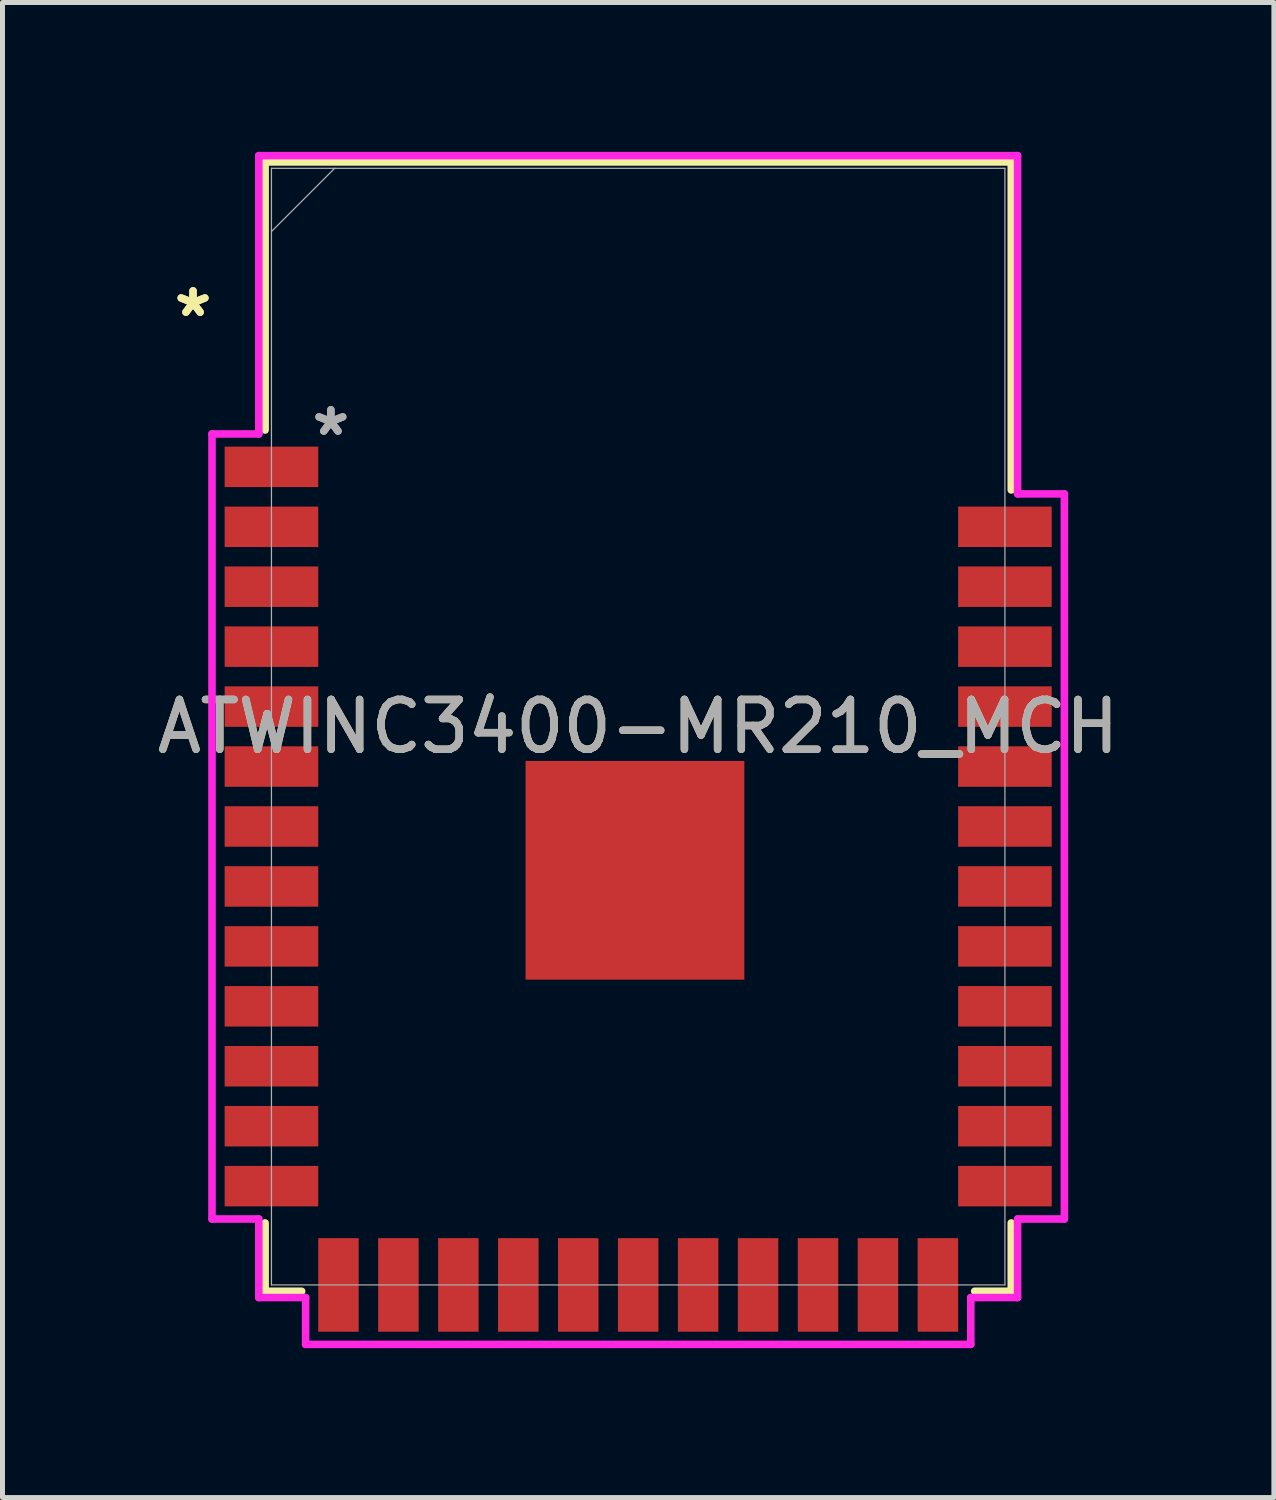
<source format=kicad_pcb>
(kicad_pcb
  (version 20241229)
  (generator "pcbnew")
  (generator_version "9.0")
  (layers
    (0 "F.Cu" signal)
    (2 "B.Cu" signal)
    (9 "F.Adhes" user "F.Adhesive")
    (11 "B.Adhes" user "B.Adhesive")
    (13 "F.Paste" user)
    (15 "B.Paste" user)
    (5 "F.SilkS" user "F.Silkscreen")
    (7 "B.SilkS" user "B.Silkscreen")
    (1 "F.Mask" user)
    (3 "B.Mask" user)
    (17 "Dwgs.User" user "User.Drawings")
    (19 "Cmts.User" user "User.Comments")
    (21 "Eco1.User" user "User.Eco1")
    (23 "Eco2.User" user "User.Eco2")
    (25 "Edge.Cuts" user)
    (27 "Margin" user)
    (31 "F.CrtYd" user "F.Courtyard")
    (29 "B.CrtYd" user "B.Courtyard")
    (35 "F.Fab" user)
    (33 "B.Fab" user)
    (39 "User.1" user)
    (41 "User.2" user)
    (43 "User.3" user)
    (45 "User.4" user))
  (footprint "ATWINC3400-MR210_MCH"
    (layer "F.Cu")
    (at 9.768 11.544)
    (property "Reference" "ATWINC3400-MR210_MCH" (at 0 0 0) (unlocked yes) (layer "F.SilkS") (effects (font (size 1 1) (thickness 0.15))))
    (attr smd)
    (fp_line (start -7.493 -11.341) (end -7.493 -5.957) (stroke (width 0.152) (type solid)) (layer "F.SilkS"))
    (fp_line (start -7.493 9.969) (end -7.493 11.341) (stroke (width 0.152) (type solid)) (layer "F.SilkS"))
    (fp_line (start -7.493 11.341) (end -6.759 11.341) (stroke (width 0.152) (type solid)) (layer "F.SilkS"))
    (fp_line (start 6.759 11.341) (end 7.493 11.341) (stroke (width 0.152) (type solid)) (layer "F.SilkS"))
    (fp_line (start 7.493 -11.341) (end -7.493 -11.341) (stroke (width 0.152) (type solid)) (layer "F.SilkS"))
    (fp_line (start 7.493 -4.753) (end 7.493 -11.341) (stroke (width 0.152) (type solid)) (layer "F.SilkS"))
    (fp_line (start 7.493 11.341) (end 7.493 9.969) (stroke (width 0.152) (type solid)) (layer "F.SilkS"))
    (fp_poly (pts (xy -2.162 0.789) (xy -2.162 2.054) (xy -0.897 2.054) (xy -0.897 0.789)) (stroke (width 0) (type solid)) (fill yes) (layer "F.Paste"))
    (fp_poly (pts (xy -2.162 2.254) (xy -2.162 3.518) (xy -0.897 3.518) (xy -0.897 2.254)) (stroke (width 0) (type solid)) (fill yes) (layer "F.Paste"))
    (fp_poly (pts (xy -2.162 3.718) (xy -2.162 4.983) (xy -0.897 4.983) (xy -0.897 3.718)) (stroke (width 0) (type solid)) (fill yes) (layer "F.Paste"))
    (fp_poly (pts (xy -0.697 0.789) (xy -0.697 2.054) (xy 0.567 2.054) (xy 0.567 0.789)) (stroke (width 0) (type solid)) (fill yes) (layer "F.Paste"))
    (fp_poly (pts (xy -0.697 2.254) (xy -0.697 3.518) (xy 0.567 3.518) (xy 0.567 2.254)) (stroke (width 0) (type solid)) (fill yes) (layer "F.Paste"))
    (fp_poly (pts (xy -0.697 3.718) (xy -0.697 4.983) (xy 0.567 4.983) (xy 0.567 3.718)) (stroke (width 0) (type solid)) (fill yes) (layer "F.Paste"))
    (fp_poly (pts (xy 0.767 0.789) (xy 0.767 2.054) (xy 2.032 2.054) (xy 2.032 0.789)) (stroke (width 0) (type solid)) (fill yes) (layer "F.Paste"))
    (fp_poly (pts (xy 0.767 2.254) (xy 0.767 3.518) (xy 2.032 3.518) (xy 2.032 2.254)) (stroke (width 0) (type solid)) (fill yes) (layer "F.Paste"))
    (fp_poly (pts (xy 0.767 3.718) (xy 0.767 4.983) (xy 2.032 4.983) (xy 2.032 3.718)) (stroke (width 0) (type solid)) (fill yes) (layer "F.Paste"))
    (fp_poly (pts (xy -7.366 -11.214) (xy 7.366 -11.214) (xy 7.366 -4.712) (xy 1.372 -4.712) (xy 1.372 -6.718) (xy -7.366 -6.718)) (stroke (width 0.1) (type solid)) (fill no) (layer "Eco2.User"))
    (fp_line (start -8.56 -5.878) (end -8.56 9.89) (stroke (width 0.152) (type solid)) (layer "F.CrtYd"))
    (fp_line (start -8.56 9.89) (end -7.62 9.89) (stroke (width 0.152) (type solid)) (layer "F.CrtYd"))
    (fp_line (start -7.62 -11.468) (end -7.62 -5.878) (stroke (width 0.152) (type solid)) (layer "F.CrtYd"))
    (fp_line (start -7.62 -5.878) (end -8.56 -5.878) (stroke (width 0.152) (type solid)) (layer "F.CrtYd"))
    (fp_line (start -7.62 9.89) (end -7.62 11.468) (stroke (width 0.152) (type solid)) (layer "F.CrtYd"))
    (fp_line (start -7.62 11.468) (end -6.68 11.468) (stroke (width 0.152) (type solid)) (layer "F.CrtYd"))
    (fp_line (start -6.68 11.468) (end -6.68 12.408) (stroke (width 0.152) (type solid)) (layer "F.CrtYd"))
    (fp_line (start -6.68 12.408) (end 6.68 12.408) (stroke (width 0.152) (type solid)) (layer "F.CrtYd"))
    (fp_line (start 6.68 11.468) (end 7.62 11.468) (stroke (width 0.152) (type solid)) (layer "F.CrtYd"))
    (fp_line (start 6.68 12.408) (end 6.68 11.468) (stroke (width 0.152) (type solid)) (layer "F.CrtYd"))
    (fp_line (start 7.62 -11.468) (end -7.62 -11.468) (stroke (width 0.152) (type solid)) (layer "F.CrtYd"))
    (fp_line (start 7.62 -4.674) (end 7.62 -11.468) (stroke (width 0.152) (type solid)) (layer "F.CrtYd"))
    (fp_line (start 7.62 9.89) (end 8.56 9.89) (stroke (width 0.152) (type solid)) (layer "F.CrtYd"))
    (fp_line (start 7.62 11.468) (end 7.62 9.89) (stroke (width 0.152) (type solid)) (layer "F.CrtYd"))
    (fp_line (start 8.56 -4.674) (end 7.62 -4.674) (stroke (width 0.152) (type solid)) (layer "F.CrtYd"))
    (fp_line (start 8.56 9.89) (end 8.56 -4.674) (stroke (width 0.152) (type solid)) (layer "F.CrtYd"))
    (fp_line (start -7.366 -11.214) (end -7.366 11.214) (stroke (width 0.025) (type solid)) (layer "F.Fab"))
    (fp_line (start -7.366 -9.944) (end -6.096 -11.214) (stroke (width 0.025) (type solid)) (layer "F.Fab"))
    (fp_line (start -7.366 11.214) (end 7.366 11.214) (stroke (width 0.025) (type solid)) (layer "F.Fab"))
    (fp_line (start 7.366 -11.214) (end -7.366 -11.214) (stroke (width 0.025) (type solid)) (layer "F.Fab"))
    (fp_line (start 7.366 11.214) (end 7.366 -11.214) (stroke (width 0.025) (type solid)) (layer "F.Fab"))
    (fp_text user "*" (at -8.941 -8.207 0) (unlocked yes) (layer "F.SilkS") (effects (font (size 1 1) (thickness 0.15))))
    (fp_text user "*" (at -8.941 -8.207 0) (layer "F.SilkS") (effects (font (size 1 1) (thickness 0.15))))
    (fp_text user "*" (at -6.172 -5.819 0) (layer "F.Fab") (effects (font (size 1 1) (thickness 0.15))))
    (fp_text user "*" (at -6.172 -5.819 0) (unlocked yes) (layer "F.Fab") (effects (font (size 1 1) (thickness 0.15))))
    (fp_text user "${REFERENCE}" (at 0 0 0) (unlocked yes) (layer "F.Fab") (effects (font (size 1 1) (thickness 0.15))))
    (pad "1" smd rect (at -7.366 -5.217 90) (size 0.813 1.88) (layers "F.Cu" "F.Mask" "F.Paste"))
    (pad "2" smd rect (at -7.366 -4.013 90) (size 0.813 1.88) (layers "F.Cu" "F.Mask" "F.Paste"))
    (pad "3" smd rect (at -7.366 -2.81 90) (size 0.813 1.88) (layers "F.Cu" "F.Mask" "F.Paste"))
    (pad "4" smd rect (at -7.366 -1.606 90) (size 0.813 1.88) (layers "F.Cu" "F.Mask" "F.Paste"))
    (pad "5" smd rect (at -7.366 -0.402 90) (size 0.813 1.88) (layers "F.Cu" "F.Mask" "F.Paste"))
    (pad "6" smd rect (at -7.366 0.802 90) (size 0.813 1.88) (layers "F.Cu" "F.Mask" "F.Paste"))
    (pad "7" smd rect (at -7.366 2.006 90) (size 0.813 1.88) (layers "F.Cu" "F.Mask" "F.Paste"))
    (pad "8" smd rect (at -7.366 3.21 90) (size 0.813 1.88) (layers "F.Cu" "F.Mask" "F.Paste"))
    (pad "9" smd rect (at -7.366 4.414 90) (size 0.813 1.88) (layers "F.Cu" "F.Mask" "F.Paste"))
    (pad "10" smd rect (at -7.366 5.618 90) (size 0.813 1.88) (layers "F.Cu" "F.Mask" "F.Paste"))
    (pad "11" smd rect (at -7.366 6.822 90) (size 0.813 1.88) (layers "F.Cu" "F.Mask" "F.Paste"))
    (pad "12" smd rect (at -7.366 8.026 90) (size 0.813 1.88) (layers "F.Cu" "F.Mask" "F.Paste"))
    (pad "13" smd rect (at -7.366 9.23 90) (size 0.813 1.88) (layers "F.Cu" "F.Mask" "F.Paste"))
    (pad "14" smd rect (at -6.02 11.214) (size 0.813 1.88) (layers "F.Cu" "F.Mask" "F.Paste"))
    (pad "15" smd rect (at -4.816 11.214) (size 0.813 1.88) (layers "F.Cu" "F.Mask" "F.Paste"))
    (pad "16" smd rect (at -3.612 11.214) (size 0.813 1.88) (layers "F.Cu" "F.Mask" "F.Paste"))
    (pad "17" smd rect (at -2.408 11.214) (size 0.813 1.88) (layers "F.Cu" "F.Mask" "F.Paste"))
    (pad "18" smd rect (at -1.204 11.214) (size 0.813 1.88) (layers "F.Cu" "F.Mask" "F.Paste"))
    (pad "19" smd rect (at 0 11.214) (size 0.813 1.88) (layers "F.Cu" "F.Mask" "F.Paste"))
    (pad "20" smd rect (at 1.204 11.214) (size 0.813 1.88) (layers "F.Cu" "F.Mask" "F.Paste"))
    (pad "21" smd rect (at 2.408 11.214) (size 0.813 1.88) (layers "F.Cu" "F.Mask" "F.Paste"))
    (pad "22" smd rect (at 3.612 11.214) (size 0.813 1.88) (layers "F.Cu" "F.Mask" "F.Paste"))
    (pad "23" smd rect (at 4.816 11.214) (size 0.813 1.88) (layers "F.Cu" "F.Mask" "F.Paste"))
    (pad "24" smd rect (at 6.02 11.214) (size 0.813 1.88) (layers "F.Cu" "F.Mask" "F.Paste"))
    (pad "25" smd rect (at 7.366 9.23 90) (size 0.813 1.88) (layers "F.Cu" "F.Mask" "F.Paste"))
    (pad "26" smd rect (at 7.366 8.026 90) (size 0.813 1.88) (layers "F.Cu" "F.Mask" "F.Paste"))
    (pad "27" smd rect (at 7.366 6.822 90) (size 0.813 1.88) (layers "F.Cu" "F.Mask" "F.Paste"))
    (pad "28" smd rect (at 7.366 5.618 90) (size 0.813 1.88) (layers "F.Cu" "F.Mask" "F.Paste"))
    (pad "29" smd rect (at 7.366 4.414 90) (size 0.813 1.88) (layers "F.Cu" "F.Mask" "F.Paste"))
    (pad "30" smd rect (at 7.366 3.21 90) (size 0.813 1.88) (layers "F.Cu" "F.Mask" "F.Paste"))
    (pad "31" smd rect (at 7.366 2.006 90) (size 0.813 1.88) (layers "F.Cu" "F.Mask" "F.Paste"))
    (pad "32" smd rect (at 7.366 0.802 90) (size 0.813 1.88) (layers "F.Cu" "F.Mask" "F.Paste"))
    (pad "33" smd rect (at 7.366 -0.402 90) (size 0.813 1.88) (layers "F.Cu" "F.Mask" "F.Paste"))
    (pad "34" smd rect (at 7.366 -1.606 90) (size 0.813 1.88) (layers "F.Cu" "F.Mask" "F.Paste"))
    (pad "35" smd rect (at 7.366 -2.81 90) (size 0.813 1.88) (layers "F.Cu" "F.Mask" "F.Paste"))
    (pad "36" smd rect (at 7.366 -4.013 90) (size 0.813 1.88) (layers "F.Cu" "F.Mask" "F.Paste"))
    (pad "37" smd rect (at -0.065 2.886) (size 4.394 4.394) (layers "F.Cu" "F.Mask" "F.Paste")))
  (gr_rect
    (start -3 -3)
    (end 22.536 27.028)
    (stroke (width 0.1) (type default))
    (fill no)
    (layer "Edge.Cuts")))
</source>
